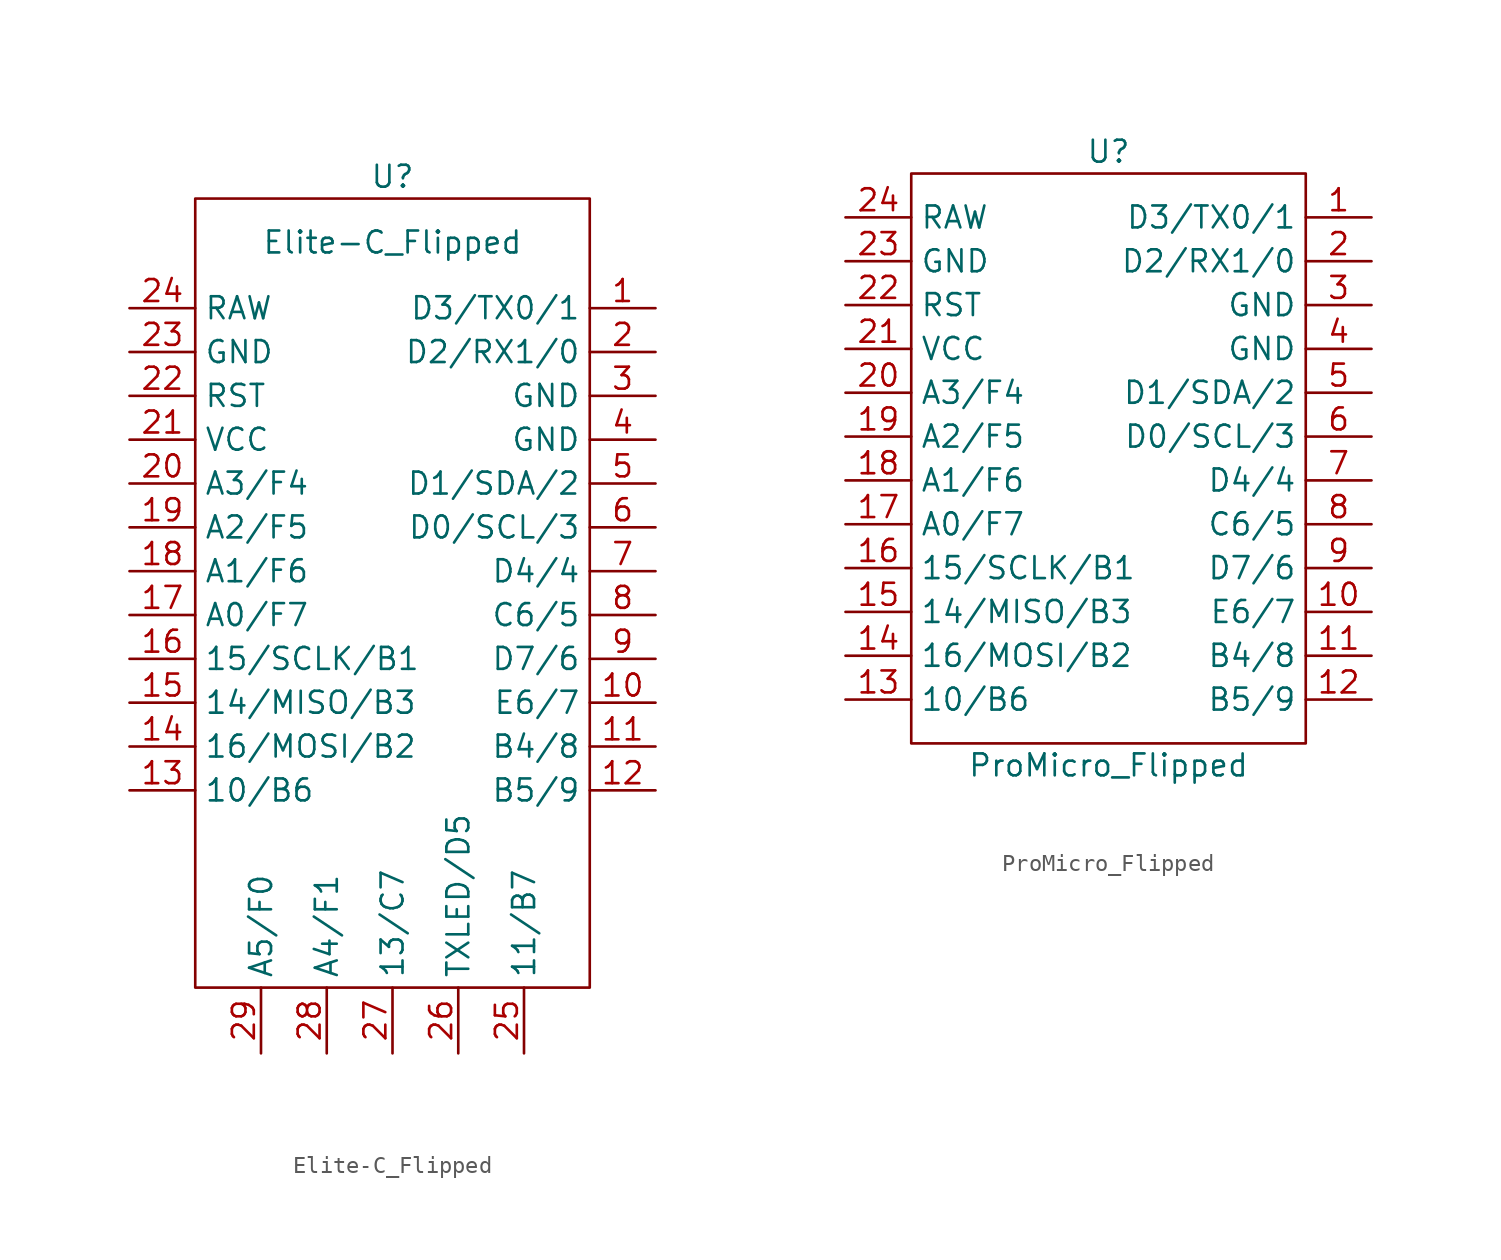
<source format=kicad_sym>
(kicad_symbol_lib
  (version 20211014)
  (generator kicad_symbol_editor)
  (symbol "Elite-C_Flipped"
    (property "Reference" "U"
      (at 0 21.59 0)
      (effects (font (size 1.27 1.27))))
    (property "Value" "Elite-C_Flipped"
      (at 0 17.78 0)
      (effects (font (size 1.27 1.27))))
    (symbol "Elite-C_Flipped_0_1"
      (rectangle (start -11.43 20.32) (end 11.43 -25.4) (stroke (width 0) (type default) (color 0 0 0 0)) (fill (type none))))
    (symbol "Elite-C_Flipped_1_1"
      (pin bidirectional line (at 15.24 13.97 180) (length 3.81) (name "D3/TX0/1" (effects (font (size 1.27 1.27)))) (number "1" (effects (font (size 1.27 1.27)))))
      (pin bidirectional line (at 15.24 -8.89 180) (length 3.81) (name "E6/7" (effects (font (size 1.27 1.27)))) (number "10" (effects (font (size 1.27 1.27)))))
      (pin bidirectional line (at 15.24 -11.43 180) (length 3.81) (name "B4/8" (effects (font (size 1.27 1.27)))) (number "11" (effects (font (size 1.27 1.27)))))
      (pin bidirectional line (at 15.24 -13.97 180) (length 3.81) (name "B5/9" (effects (font (size 1.27 1.27)))) (number "12" (effects (font (size 1.27 1.27)))))
      (pin bidirectional line (at -15.24 -13.97 0) (length 3.81) (name "10/B6" (effects (font (size 1.27 1.27)))) (number "13" (effects (font (size 1.27 1.27)))))
      (pin bidirectional line (at -15.24 -11.43 0) (length 3.81) (name "16/MOSI/B2" (effects (font (size 1.27 1.27)))) (number "14" (effects (font (size 1.27 1.27)))))
      (pin bidirectional line (at -15.24 -8.89 0) (length 3.81) (name "14/MISO/B3" (effects (font (size 1.27 1.27)))) (number "15" (effects (font (size 1.27 1.27)))))
      (pin bidirectional line (at -15.24 -6.35 0) (length 3.81) (name "15/SCLK/B1" (effects (font (size 1.27 1.27)))) (number "16" (effects (font (size 1.27 1.27)))))
      (pin bidirectional line (at -15.24 -3.81 0) (length 3.81) (name "A0/F7" (effects (font (size 1.27 1.27)))) (number "17" (effects (font (size 1.27 1.27)))))
      (pin bidirectional line (at -15.24 -1.27 0) (length 3.81) (name "A1/F6" (effects (font (size 1.27 1.27)))) (number "18" (effects (font (size 1.27 1.27)))))
      (pin bidirectional line (at -15.24 1.27 0) (length 3.81) (name "A2/F5" (effects (font (size 1.27 1.27)))) (number "19" (effects (font (size 1.27 1.27)))))
      (pin bidirectional line (at 15.24 11.43 180) (length 3.81) (name "D2/RX1/0" (effects (font (size 1.27 1.27)))) (number "2" (effects (font (size 1.27 1.27)))))
      (pin bidirectional line (at -15.24 3.81 0) (length 3.81) (name "A3/F4" (effects (font (size 1.27 1.27)))) (number "20" (effects (font (size 1.27 1.27)))))
      (pin power_in line (at -15.24 6.35 0) (length 3.81) (name "VCC" (effects (font (size 1.27 1.27)))) (number "21" (effects (font (size 1.27 1.27)))))
      (pin input line (at -15.24 8.89 0) (length 3.81) (name "RST" (effects (font (size 1.27 1.27)))) (number "22" (effects (font (size 1.27 1.27)))))
      (pin power_in line (at -15.24 11.43 0) (length 3.81) (name "GND" (effects (font (size 1.27 1.27)))) (number "23" (effects (font (size 1.27 1.27)))))
      (pin power_out line (at -15.24 13.97 0) (length 3.81) (name "RAW" (effects (font (size 1.27 1.27)))) (number "24" (effects (font (size 1.27 1.27)))))
      (pin bidirectional line (at 7.62 -29.21 90) (length 3.81) (name "11/B7" (effects (font (size 1.27 1.27)))) (number "25" (effects (font (size 1.27 1.27)))))
      (pin bidirectional line (at 3.81 -29.21 90) (length 3.81) (name "TXLED/D5" (effects (font (size 1.27 1.27)))) (number "26" (effects (font (size 1.27 1.27)))))
      (pin bidirectional line (at 0 -29.21 90) (length 3.81) (name "13/C7" (effects (font (size 1.27 1.27)))) (number "27" (effects (font (size 1.27 1.27)))))
      (pin bidirectional line (at -3.81 -29.21 90) (length 3.81) (name "A4/F1" (effects (font (size 1.27 1.27)))) (number "28" (effects (font (size 1.27 1.27)))))
      (pin bidirectional line (at -7.62 -29.21 90) (length 3.81) (name "A5/F0" (effects (font (size 1.27 1.27)))) (number "29" (effects (font (size 1.27 1.27)))))
      (pin power_in line (at 15.24 8.89 180) (length 3.81) (name "GND" (effects (font (size 1.27 1.27)))) (number "3" (effects (font (size 1.27 1.27)))))
      (pin power_in line (at 15.24 6.35 180) (length 3.81) (name "GND" (effects (font (size 1.27 1.27)))) (number "4" (effects (font (size 1.27 1.27)))))
      (pin bidirectional line (at 15.24 3.81 180) (length 3.81) (name "D1/SDA/2" (effects (font (size 1.27 1.27)))) (number "5" (effects (font (size 1.27 1.27)))))
      (pin bidirectional line (at 15.24 1.27 180) (length 3.81) (name "D0/SCL/3" (effects (font (size 1.27 1.27)))) (number "6" (effects (font (size 1.27 1.27)))))
      (pin bidirectional line (at 15.24 -1.27 180) (length 3.81) (name "D4/4" (effects (font (size 1.27 1.27)))) (number "7" (effects (font (size 1.27 1.27)))))
      (pin bidirectional line (at 15.24 -3.81 180) (length 3.81) (name "C6/5" (effects (font (size 1.27 1.27)))) (number "8" (effects (font (size 1.27 1.27)))))
      (pin bidirectional line (at 15.24 -6.35 180) (length 3.81) (name "D7/6" (effects (font (size 1.27 1.27)))) (number "9" (effects (font (size 1.27 1.27)))))))
  (symbol "ProMicro_Flipped"
    (property "Reference" "U"
      (at 0 17.78 0)
      (effects (font (size 1.27 1.27))))
    (property "Value" "ProMicro_Flipped"
      (at 0 -17.78 0)
      (effects (font (size 1.27 1.27))))
    (symbol "ProMicro_Flipped_0_1"
      (rectangle (start -11.43 16.51) (end 11.43 -16.51) (stroke (width 0) (type default) (color 0 0 0 0)) (fill (type none))))
    (symbol "ProMicro_Flipped_1_1"
      (pin bidirectional line (at 15.24 13.97 180) (length 3.81) (name "D3/TX0/1" (effects (font (size 1.27 1.27)))) (number "1" (effects (font (size 1.27 1.27)))))
      (pin bidirectional line (at 15.24 -8.89 180) (length 3.81) (name "E6/7" (effects (font (size 1.27 1.27)))) (number "10" (effects (font (size 1.27 1.27)))))
      (pin bidirectional line (at 15.24 -11.43 180) (length 3.81) (name "B4/8" (effects (font (size 1.27 1.27)))) (number "11" (effects (font (size 1.27 1.27)))))
      (pin bidirectional line (at 15.24 -13.97 180) (length 3.81) (name "B5/9" (effects (font (size 1.27 1.27)))) (number "12" (effects (font (size 1.27 1.27)))))
      (pin bidirectional line (at -15.24 -13.97 0) (length 3.81) (name "10/B6" (effects (font (size 1.27 1.27)))) (number "13" (effects (font (size 1.27 1.27)))))
      (pin bidirectional line (at -15.24 -11.43 0) (length 3.81) (name "16/MOSI/B2" (effects (font (size 1.27 1.27)))) (number "14" (effects (font (size 1.27 1.27)))))
      (pin bidirectional line (at -15.24 -8.89 0) (length 3.81) (name "14/MISO/B3" (effects (font (size 1.27 1.27)))) (number "15" (effects (font (size 1.27 1.27)))))
      (pin bidirectional line (at -15.24 -6.35 0) (length 3.81) (name "15/SCLK/B1" (effects (font (size 1.27 1.27)))) (number "16" (effects (font (size 1.27 1.27)))))
      (pin bidirectional line (at -15.24 -3.81 0) (length 3.81) (name "A0/F7" (effects (font (size 1.27 1.27)))) (number "17" (effects (font (size 1.27 1.27)))))
      (pin bidirectional line (at -15.24 -1.27 0) (length 3.81) (name "A1/F6" (effects (font (size 1.27 1.27)))) (number "18" (effects (font (size 1.27 1.27)))))
      (pin bidirectional line (at -15.24 1.27 0) (length 3.81) (name "A2/F5" (effects (font (size 1.27 1.27)))) (number "19" (effects (font (size 1.27 1.27)))))
      (pin bidirectional line (at 15.24 11.43 180) (length 3.81) (name "D2/RX1/0" (effects (font (size 1.27 1.27)))) (number "2" (effects (font (size 1.27 1.27)))))
      (pin bidirectional line (at -15.24 3.81 0) (length 3.81) (name "A3/F4" (effects (font (size 1.27 1.27)))) (number "20" (effects (font (size 1.27 1.27)))))
      (pin power_in line (at -15.24 6.35 0) (length 3.81) (name "VCC" (effects (font (size 1.27 1.27)))) (number "21" (effects (font (size 1.27 1.27)))))
      (pin input line (at -15.24 8.89 0) (length 3.81) (name "RST" (effects (font (size 1.27 1.27)))) (number "22" (effects (font (size 1.27 1.27)))))
      (pin power_in line (at -15.24 11.43 0) (length 3.81) (name "GND" (effects (font (size 1.27 1.27)))) (number "23" (effects (font (size 1.27 1.27)))))
      (pin power_out line (at -15.24 13.97 0) (length 3.81) (name "RAW" (effects (font (size 1.27 1.27)))) (number "24" (effects (font (size 1.27 1.27)))))
      (pin power_in line (at 15.24 8.89 180) (length 3.81) (name "GND" (effects (font (size 1.27 1.27)))) (number "3" (effects (font (size 1.27 1.27)))))
      (pin power_in line (at 15.24 6.35 180) (length 3.81) (name "GND" (effects (font (size 1.27 1.27)))) (number "4" (effects (font (size 1.27 1.27)))))
      (pin bidirectional line (at 15.24 3.81 180) (length 3.81) (name "D1/SDA/2" (effects (font (size 1.27 1.27)))) (number "5" (effects (font (size 1.27 1.27)))))
      (pin bidirectional line (at 15.24 1.27 180) (length 3.81) (name "D0/SCL/3" (effects (font (size 1.27 1.27)))) (number "6" (effects (font (size 1.27 1.27)))))
      (pin bidirectional line (at 15.24 -1.27 180) (length 3.81) (name "D4/4" (effects (font (size 1.27 1.27)))) (number "7" (effects (font (size 1.27 1.27)))))
      (pin bidirectional line (at 15.24 -3.81 180) (length 3.81) (name "C6/5" (effects (font (size 1.27 1.27)))) (number "8" (effects (font (size 1.27 1.27)))))
      (pin bidirectional line (at 15.24 -6.35 180) (length 3.81) (name "D7/6" (effects (font (size 1.27 1.27)))) (number "9" (effects (font (size 1.27 1.27))))))))
</source>
